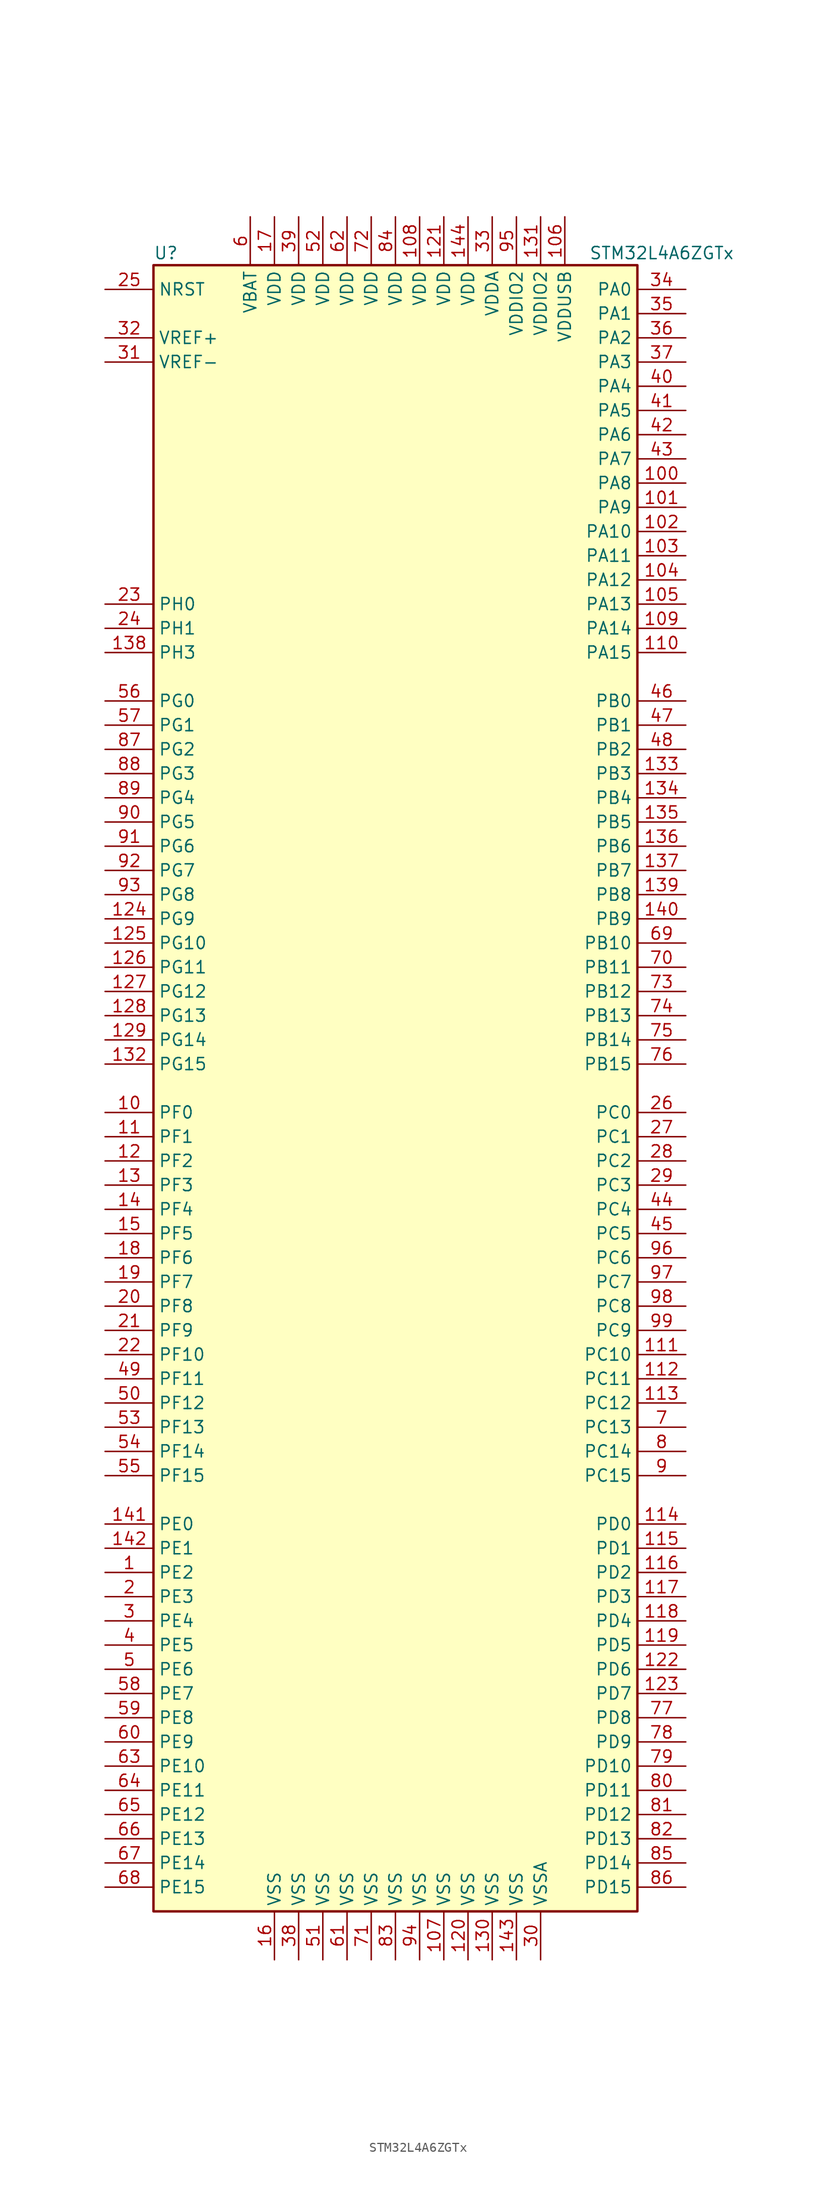
<source format=kicad_sym>
(kicad_symbol_lib
  (version 20220914)
  (generator kicad_symbol_editor)
  (symbol "STM32L4A6ZGTx"
    (property "Reference" "U"
      (at -25.4 87.63 0)
      (effects (font (size 1.27 1.27)) (justify left)))
    (property "Value" "STM32L4A6ZGTx"
      (at 20.32 87.63 0)
      (effects (font (size 1.27 1.27)) (justify left)))
    (symbol "STM32L4A6ZGTx_0_1"
      (rectangle (start -25.4 -86.36) (end 25.4 86.36) (stroke (width 0.254) (type default)) (fill (type background))))
    (symbol "STM32L4A6ZGTx_1_1"
      (pin bidirectional line (at -30.48 -50.8 0) (length 5.08) (name "PE2" (effects (font (size 1.27 1.27)))) (number "1" (effects (font (size 1.27 1.27)))))
      (pin bidirectional line (at -30.48 -2.54 0) (length 5.08) (name "PF0" (effects (font (size 1.27 1.27)))) (number "10" (effects (font (size 1.27 1.27)))))
      (pin bidirectional line (at 30.48 63.5 180) (length 5.08) (name "PA8" (effects (font (size 1.27 1.27)))) (number "100" (effects (font (size 1.27 1.27)))))
      (pin bidirectional line (at 30.48 60.96 180) (length 5.08) (name "PA9" (effects (font (size 1.27 1.27)))) (number "101" (effects (font (size 1.27 1.27)))))
      (pin bidirectional line (at 30.48 58.42 180) (length 5.08) (name "PA10" (effects (font (size 1.27 1.27)))) (number "102" (effects (font (size 1.27 1.27)))))
      (pin bidirectional line (at 30.48 55.88 180) (length 5.08) (name "PA11" (effects (font (size 1.27 1.27)))) (number "103" (effects (font (size 1.27 1.27)))))
      (pin bidirectional line (at 30.48 53.34 180) (length 5.08) (name "PA12" (effects (font (size 1.27 1.27)))) (number "104" (effects (font (size 1.27 1.27)))))
      (pin bidirectional line (at 30.48 50.8 180) (length 5.08) (name "PA13" (effects (font (size 1.27 1.27)))) (number "105" (effects (font (size 1.27 1.27)))))
      (pin power_in line (at 17.78 91.44 270) (length 5.08) (name "VDDUSB" (effects (font (size 1.27 1.27)))) (number "106" (effects (font (size 1.27 1.27)))))
      (pin power_in line (at 5.08 -91.44 90) (length 5.08) (name "VSS" (effects (font (size 1.27 1.27)))) (number "107" (effects (font (size 1.27 1.27)))))
      (pin power_in line (at 2.54 91.44 270) (length 5.08) (name "VDD" (effects (font (size 1.27 1.27)))) (number "108" (effects (font (size 1.27 1.27)))))
      (pin bidirectional line (at 30.48 48.26 180) (length 5.08) (name "PA14" (effects (font (size 1.27 1.27)))) (number "109" (effects (font (size 1.27 1.27)))))
      (pin bidirectional line (at -30.48 -5.08 0) (length 5.08) (name "PF1" (effects (font (size 1.27 1.27)))) (number "11" (effects (font (size 1.27 1.27)))))
      (pin bidirectional line (at 30.48 45.72 180) (length 5.08) (name "PA15" (effects (font (size 1.27 1.27)))) (number "110" (effects (font (size 1.27 1.27)))))
      (pin bidirectional line (at 30.48 -27.94 180) (length 5.08) (name "PC10" (effects (font (size 1.27 1.27)))) (number "111" (effects (font (size 1.27 1.27)))))
      (pin bidirectional line (at 30.48 -30.48 180) (length 5.08) (name "PC11" (effects (font (size 1.27 1.27)))) (number "112" (effects (font (size 1.27 1.27)))))
      (pin bidirectional line (at 30.48 -33.02 180) (length 5.08) (name "PC12" (effects (font (size 1.27 1.27)))) (number "113" (effects (font (size 1.27 1.27)))))
      (pin bidirectional line (at 30.48 -45.72 180) (length 5.08) (name "PD0" (effects (font (size 1.27 1.27)))) (number "114" (effects (font (size 1.27 1.27)))))
      (pin bidirectional line (at 30.48 -48.26 180) (length 5.08) (name "PD1" (effects (font (size 1.27 1.27)))) (number "115" (effects (font (size 1.27 1.27)))))
      (pin bidirectional line (at 30.48 -50.8 180) (length 5.08) (name "PD2" (effects (font (size 1.27 1.27)))) (number "116" (effects (font (size 1.27 1.27)))))
      (pin bidirectional line (at 30.48 -53.34 180) (length 5.08) (name "PD3" (effects (font (size 1.27 1.27)))) (number "117" (effects (font (size 1.27 1.27)))))
      (pin bidirectional line (at 30.48 -55.88 180) (length 5.08) (name "PD4" (effects (font (size 1.27 1.27)))) (number "118" (effects (font (size 1.27 1.27)))))
      (pin bidirectional line (at 30.48 -58.42 180) (length 5.08) (name "PD5" (effects (font (size 1.27 1.27)))) (number "119" (effects (font (size 1.27 1.27)))))
      (pin bidirectional line (at -30.48 -7.62 0) (length 5.08) (name "PF2" (effects (font (size 1.27 1.27)))) (number "12" (effects (font (size 1.27 1.27)))))
      (pin power_in line (at 7.62 -91.44 90) (length 5.08) (name "VSS" (effects (font (size 1.27 1.27)))) (number "120" (effects (font (size 1.27 1.27)))))
      (pin power_in line (at 5.08 91.44 270) (length 5.08) (name "VDD" (effects (font (size 1.27 1.27)))) (number "121" (effects (font (size 1.27 1.27)))))
      (pin bidirectional line (at 30.48 -60.96 180) (length 5.08) (name "PD6" (effects (font (size 1.27 1.27)))) (number "122" (effects (font (size 1.27 1.27)))))
      (pin bidirectional line (at 30.48 -63.5 180) (length 5.08) (name "PD7" (effects (font (size 1.27 1.27)))) (number "123" (effects (font (size 1.27 1.27)))))
      (pin bidirectional line (at -30.48 17.78 0) (length 5.08) (name "PG9" (effects (font (size 1.27 1.27)))) (number "124" (effects (font (size 1.27 1.27)))))
      (pin bidirectional line (at -30.48 15.24 0) (length 5.08) (name "PG10" (effects (font (size 1.27 1.27)))) (number "125" (effects (font (size 1.27 1.27)))))
      (pin bidirectional line (at -30.48 12.7 0) (length 5.08) (name "PG11" (effects (font (size 1.27 1.27)))) (number "126" (effects (font (size 1.27 1.27)))))
      (pin bidirectional line (at -30.48 10.16 0) (length 5.08) (name "PG12" (effects (font (size 1.27 1.27)))) (number "127" (effects (font (size 1.27 1.27)))))
      (pin bidirectional line (at -30.48 7.62 0) (length 5.08) (name "PG13" (effects (font (size 1.27 1.27)))) (number "128" (effects (font (size 1.27 1.27)))))
      (pin bidirectional line (at -30.48 5.08 0) (length 5.08) (name "PG14" (effects (font (size 1.27 1.27)))) (number "129" (effects (font (size 1.27 1.27)))))
      (pin bidirectional line (at -30.48 -10.16 0) (length 5.08) (name "PF3" (effects (font (size 1.27 1.27)))) (number "13" (effects (font (size 1.27 1.27)))))
      (pin power_in line (at 10.16 -91.44 90) (length 5.08) (name "VSS" (effects (font (size 1.27 1.27)))) (number "130" (effects (font (size 1.27 1.27)))))
      (pin power_in line (at 15.24 91.44 270) (length 5.08) (name "VDDIO2" (effects (font (size 1.27 1.27)))) (number "131" (effects (font (size 1.27 1.27)))))
      (pin bidirectional line (at -30.48 2.54 0) (length 5.08) (name "PG15" (effects (font (size 1.27 1.27)))) (number "132" (effects (font (size 1.27 1.27)))))
      (pin bidirectional line (at 30.48 33.02 180) (length 5.08) (name "PB3" (effects (font (size 1.27 1.27)))) (number "133" (effects (font (size 1.27 1.27)))))
      (pin bidirectional line (at 30.48 30.48 180) (length 5.08) (name "PB4" (effects (font (size 1.27 1.27)))) (number "134" (effects (font (size 1.27 1.27)))))
      (pin bidirectional line (at 30.48 27.94 180) (length 5.08) (name "PB5" (effects (font (size 1.27 1.27)))) (number "135" (effects (font (size 1.27 1.27)))))
      (pin bidirectional line (at 30.48 25.4 180) (length 5.08) (name "PB6" (effects (font (size 1.27 1.27)))) (number "136" (effects (font (size 1.27 1.27)))))
      (pin bidirectional line (at 30.48 22.86 180) (length 5.08) (name "PB7" (effects (font (size 1.27 1.27)))) (number "137" (effects (font (size 1.27 1.27)))))
      (pin bidirectional line (at -30.48 45.72 0) (length 5.08) (name "PH3" (effects (font (size 1.27 1.27)))) (number "138" (effects (font (size 1.27 1.27)))))
      (pin bidirectional line (at 30.48 20.32 180) (length 5.08) (name "PB8" (effects (font (size 1.27 1.27)))) (number "139" (effects (font (size 1.27 1.27)))))
      (pin bidirectional line (at -30.48 -12.7 0) (length 5.08) (name "PF4" (effects (font (size 1.27 1.27)))) (number "14" (effects (font (size 1.27 1.27)))))
      (pin bidirectional line (at 30.48 17.78 180) (length 5.08) (name "PB9" (effects (font (size 1.27 1.27)))) (number "140" (effects (font (size 1.27 1.27)))))
      (pin bidirectional line (at -30.48 -45.72 0) (length 5.08) (name "PE0" (effects (font (size 1.27 1.27)))) (number "141" (effects (font (size 1.27 1.27)))))
      (pin bidirectional line (at -30.48 -48.26 0) (length 5.08) (name "PE1" (effects (font (size 1.27 1.27)))) (number "142" (effects (font (size 1.27 1.27)))))
      (pin power_in line (at 12.7 -91.44 90) (length 5.08) (name "VSS" (effects (font (size 1.27 1.27)))) (number "143" (effects (font (size 1.27 1.27)))))
      (pin power_in line (at 7.62 91.44 270) (length 5.08) (name "VDD" (effects (font (size 1.27 1.27)))) (number "144" (effects (font (size 1.27 1.27)))))
      (pin bidirectional line (at -30.48 -15.24 0) (length 5.08) (name "PF5" (effects (font (size 1.27 1.27)))) (number "15" (effects (font (size 1.27 1.27)))))
      (pin power_in line (at -12.7 -91.44 90) (length 5.08) (name "VSS" (effects (font (size 1.27 1.27)))) (number "16" (effects (font (size 1.27 1.27)))))
      (pin power_in line (at -12.7 91.44 270) (length 5.08) (name "VDD" (effects (font (size 1.27 1.27)))) (number "17" (effects (font (size 1.27 1.27)))))
      (pin bidirectional line (at -30.48 -17.78 0) (length 5.08) (name "PF6" (effects (font (size 1.27 1.27)))) (number "18" (effects (font (size 1.27 1.27)))))
      (pin bidirectional line (at -30.48 -20.32 0) (length 5.08) (name "PF7" (effects (font (size 1.27 1.27)))) (number "19" (effects (font (size 1.27 1.27)))))
      (pin bidirectional line (at -30.48 -53.34 0) (length 5.08) (name "PE3" (effects (font (size 1.27 1.27)))) (number "2" (effects (font (size 1.27 1.27)))))
      (pin bidirectional line (at -30.48 -22.86 0) (length 5.08) (name "PF8" (effects (font (size 1.27 1.27)))) (number "20" (effects (font (size 1.27 1.27)))))
      (pin bidirectional line (at -30.48 -25.4 0) (length 5.08) (name "PF9" (effects (font (size 1.27 1.27)))) (number "21" (effects (font (size 1.27 1.27)))))
      (pin bidirectional line (at -30.48 -27.94 0) (length 5.08) (name "PF10" (effects (font (size 1.27 1.27)))) (number "22" (effects (font (size 1.27 1.27)))))
      (pin input line (at -30.48 50.8 0) (length 5.08) (name "PH0" (effects (font (size 1.27 1.27)))) (number "23" (effects (font (size 1.27 1.27)))))
      (pin input line (at -30.48 48.26 0) (length 5.08) (name "PH1" (effects (font (size 1.27 1.27)))) (number "24" (effects (font (size 1.27 1.27)))))
      (pin input line (at -30.48 83.82 0) (length 5.08) (name "NRST" (effects (font (size 1.27 1.27)))) (number "25" (effects (font (size 1.27 1.27)))))
      (pin bidirectional line (at 30.48 -2.54 180) (length 5.08) (name "PC0" (effects (font (size 1.27 1.27)))) (number "26" (effects (font (size 1.27 1.27)))))
      (pin bidirectional line (at 30.48 -5.08 180) (length 5.08) (name "PC1" (effects (font (size 1.27 1.27)))) (number "27" (effects (font (size 1.27 1.27)))))
      (pin bidirectional line (at 30.48 -7.62 180) (length 5.08) (name "PC2" (effects (font (size 1.27 1.27)))) (number "28" (effects (font (size 1.27 1.27)))))
      (pin bidirectional line (at 30.48 -10.16 180) (length 5.08) (name "PC3" (effects (font (size 1.27 1.27)))) (number "29" (effects (font (size 1.27 1.27)))))
      (pin bidirectional line (at -30.48 -55.88 0) (length 5.08) (name "PE4" (effects (font (size 1.27 1.27)))) (number "3" (effects (font (size 1.27 1.27)))))
      (pin power_in line (at 15.24 -91.44 90) (length 5.08) (name "VSSA" (effects (font (size 1.27 1.27)))) (number "30" (effects (font (size 1.27 1.27)))))
      (pin power_in line (at -30.48 76.2 0) (length 5.08) (name "VREF-" (effects (font (size 1.27 1.27)))) (number "31" (effects (font (size 1.27 1.27)))))
      (pin bidirectional line (at -30.48 78.74 0) (length 5.08) (name "VREF+" (effects (font (size 1.27 1.27)))) (number "32" (effects (font (size 1.27 1.27)))))
      (pin power_in line (at 10.16 91.44 270) (length 5.08) (name "VDDA" (effects (font (size 1.27 1.27)))) (number "33" (effects (font (size 1.27 1.27)))))
      (pin bidirectional line (at 30.48 83.82 180) (length 5.08) (name "PA0" (effects (font (size 1.27 1.27)))) (number "34" (effects (font (size 1.27 1.27)))))
      (pin bidirectional line (at 30.48 81.28 180) (length 5.08) (name "PA1" (effects (font (size 1.27 1.27)))) (number "35" (effects (font (size 1.27 1.27)))))
      (pin bidirectional line (at 30.48 78.74 180) (length 5.08) (name "PA2" (effects (font (size 1.27 1.27)))) (number "36" (effects (font (size 1.27 1.27)))))
      (pin bidirectional line (at 30.48 76.2 180) (length 5.08) (name "PA3" (effects (font (size 1.27 1.27)))) (number "37" (effects (font (size 1.27 1.27)))))
      (pin power_in line (at -10.16 -91.44 90) (length 5.08) (name "VSS" (effects (font (size 1.27 1.27)))) (number "38" (effects (font (size 1.27 1.27)))))
      (pin power_in line (at -10.16 91.44 270) (length 5.08) (name "VDD" (effects (font (size 1.27 1.27)))) (number "39" (effects (font (size 1.27 1.27)))))
      (pin bidirectional line (at -30.48 -58.42 0) (length 5.08) (name "PE5" (effects (font (size 1.27 1.27)))) (number "4" (effects (font (size 1.27 1.27)))))
      (pin bidirectional line (at 30.48 73.66 180) (length 5.08) (name "PA4" (effects (font (size 1.27 1.27)))) (number "40" (effects (font (size 1.27 1.27)))))
      (pin bidirectional line (at 30.48 71.12 180) (length 5.08) (name "PA5" (effects (font (size 1.27 1.27)))) (number "41" (effects (font (size 1.27 1.27)))))
      (pin bidirectional line (at 30.48 68.58 180) (length 5.08) (name "PA6" (effects (font (size 1.27 1.27)))) (number "42" (effects (font (size 1.27 1.27)))))
      (pin bidirectional line (at 30.48 66.04 180) (length 5.08) (name "PA7" (effects (font (size 1.27 1.27)))) (number "43" (effects (font (size 1.27 1.27)))))
      (pin bidirectional line (at 30.48 -12.7 180) (length 5.08) (name "PC4" (effects (font (size 1.27 1.27)))) (number "44" (effects (font (size 1.27 1.27)))))
      (pin bidirectional line (at 30.48 -15.24 180) (length 5.08) (name "PC5" (effects (font (size 1.27 1.27)))) (number "45" (effects (font (size 1.27 1.27)))))
      (pin bidirectional line (at 30.48 40.64 180) (length 5.08) (name "PB0" (effects (font (size 1.27 1.27)))) (number "46" (effects (font (size 1.27 1.27)))))
      (pin bidirectional line (at 30.48 38.1 180) (length 5.08) (name "PB1" (effects (font (size 1.27 1.27)))) (number "47" (effects (font (size 1.27 1.27)))))
      (pin bidirectional line (at 30.48 35.56 180) (length 5.08) (name "PB2" (effects (font (size 1.27 1.27)))) (number "48" (effects (font (size 1.27 1.27)))))
      (pin bidirectional line (at -30.48 -30.48 0) (length 5.08) (name "PF11" (effects (font (size 1.27 1.27)))) (number "49" (effects (font (size 1.27 1.27)))))
      (pin bidirectional line (at -30.48 -60.96 0) (length 5.08) (name "PE6" (effects (font (size 1.27 1.27)))) (number "5" (effects (font (size 1.27 1.27)))))
      (pin bidirectional line (at -30.48 -33.02 0) (length 5.08) (name "PF12" (effects (font (size 1.27 1.27)))) (number "50" (effects (font (size 1.27 1.27)))))
      (pin power_in line (at -7.62 -91.44 90) (length 5.08) (name "VSS" (effects (font (size 1.27 1.27)))) (number "51" (effects (font (size 1.27 1.27)))))
      (pin power_in line (at -7.62 91.44 270) (length 5.08) (name "VDD" (effects (font (size 1.27 1.27)))) (number "52" (effects (font (size 1.27 1.27)))))
      (pin bidirectional line (at -30.48 -35.56 0) (length 5.08) (name "PF13" (effects (font (size 1.27 1.27)))) (number "53" (effects (font (size 1.27 1.27)))))
      (pin bidirectional line (at -30.48 -38.1 0) (length 5.08) (name "PF14" (effects (font (size 1.27 1.27)))) (number "54" (effects (font (size 1.27 1.27)))))
      (pin bidirectional line (at -30.48 -40.64 0) (length 5.08) (name "PF15" (effects (font (size 1.27 1.27)))) (number "55" (effects (font (size 1.27 1.27)))))
      (pin bidirectional line (at -30.48 40.64 0) (length 5.08) (name "PG0" (effects (font (size 1.27 1.27)))) (number "56" (effects (font (size 1.27 1.27)))))
      (pin bidirectional line (at -30.48 38.1 0) (length 5.08) (name "PG1" (effects (font (size 1.27 1.27)))) (number "57" (effects (font (size 1.27 1.27)))))
      (pin bidirectional line (at -30.48 -63.5 0) (length 5.08) (name "PE7" (effects (font (size 1.27 1.27)))) (number "58" (effects (font (size 1.27 1.27)))))
      (pin bidirectional line (at -30.48 -66.04 0) (length 5.08) (name "PE8" (effects (font (size 1.27 1.27)))) (number "59" (effects (font (size 1.27 1.27)))))
      (pin power_in line (at -15.24 91.44 270) (length 5.08) (name "VBAT" (effects (font (size 1.27 1.27)))) (number "6" (effects (font (size 1.27 1.27)))))
      (pin bidirectional line (at -30.48 -68.58 0) (length 5.08) (name "PE9" (effects (font (size 1.27 1.27)))) (number "60" (effects (font (size 1.27 1.27)))))
      (pin power_in line (at -5.08 -91.44 90) (length 5.08) (name "VSS" (effects (font (size 1.27 1.27)))) (number "61" (effects (font (size 1.27 1.27)))))
      (pin power_in line (at -5.08 91.44 270) (length 5.08) (name "VDD" (effects (font (size 1.27 1.27)))) (number "62" (effects (font (size 1.27 1.27)))))
      (pin bidirectional line (at -30.48 -71.12 0) (length 5.08) (name "PE10" (effects (font (size 1.27 1.27)))) (number "63" (effects (font (size 1.27 1.27)))))
      (pin bidirectional line (at -30.48 -73.66 0) (length 5.08) (name "PE11" (effects (font (size 1.27 1.27)))) (number "64" (effects (font (size 1.27 1.27)))))
      (pin bidirectional line (at -30.48 -76.2 0) (length 5.08) (name "PE12" (effects (font (size 1.27 1.27)))) (number "65" (effects (font (size 1.27 1.27)))))
      (pin bidirectional line (at -30.48 -78.74 0) (length 5.08) (name "PE13" (effects (font (size 1.27 1.27)))) (number "66" (effects (font (size 1.27 1.27)))))
      (pin bidirectional line (at -30.48 -81.28 0) (length 5.08) (name "PE14" (effects (font (size 1.27 1.27)))) (number "67" (effects (font (size 1.27 1.27)))))
      (pin bidirectional line (at -30.48 -83.82 0) (length 5.08) (name "PE15" (effects (font (size 1.27 1.27)))) (number "68" (effects (font (size 1.27 1.27)))))
      (pin bidirectional line (at 30.48 15.24 180) (length 5.08) (name "PB10" (effects (font (size 1.27 1.27)))) (number "69" (effects (font (size 1.27 1.27)))))
      (pin bidirectional line (at 30.48 -35.56 180) (length 5.08) (name "PC13" (effects (font (size 1.27 1.27)))) (number "7" (effects (font (size 1.27 1.27)))))
      (pin bidirectional line (at 30.48 12.7 180) (length 5.08) (name "PB11" (effects (font (size 1.27 1.27)))) (number "70" (effects (font (size 1.27 1.27)))))
      (pin power_in line (at -2.54 -91.44 90) (length 5.08) (name "VSS" (effects (font (size 1.27 1.27)))) (number "71" (effects (font (size 1.27 1.27)))))
      (pin power_in line (at -2.54 91.44 270) (length 5.08) (name "VDD" (effects (font (size 1.27 1.27)))) (number "72" (effects (font (size 1.27 1.27)))))
      (pin bidirectional line (at 30.48 10.16 180) (length 5.08) (name "PB12" (effects (font (size 1.27 1.27)))) (number "73" (effects (font (size 1.27 1.27)))))
      (pin bidirectional line (at 30.48 7.62 180) (length 5.08) (name "PB13" (effects (font (size 1.27 1.27)))) (number "74" (effects (font (size 1.27 1.27)))))
      (pin bidirectional line (at 30.48 5.08 180) (length 5.08) (name "PB14" (effects (font (size 1.27 1.27)))) (number "75" (effects (font (size 1.27 1.27)))))
      (pin bidirectional line (at 30.48 2.54 180) (length 5.08) (name "PB15" (effects (font (size 1.27 1.27)))) (number "76" (effects (font (size 1.27 1.27)))))
      (pin bidirectional line (at 30.48 -66.04 180) (length 5.08) (name "PD8" (effects (font (size 1.27 1.27)))) (number "77" (effects (font (size 1.27 1.27)))))
      (pin bidirectional line (at 30.48 -68.58 180) (length 5.08) (name "PD9" (effects (font (size 1.27 1.27)))) (number "78" (effects (font (size 1.27 1.27)))))
      (pin bidirectional line (at 30.48 -71.12 180) (length 5.08) (name "PD10" (effects (font (size 1.27 1.27)))) (number "79" (effects (font (size 1.27 1.27)))))
      (pin bidirectional line (at 30.48 -38.1 180) (length 5.08) (name "PC14" (effects (font (size 1.27 1.27)))) (number "8" (effects (font (size 1.27 1.27)))))
      (pin bidirectional line (at 30.48 -73.66 180) (length 5.08) (name "PD11" (effects (font (size 1.27 1.27)))) (number "80" (effects (font (size 1.27 1.27)))))
      (pin bidirectional line (at 30.48 -76.2 180) (length 5.08) (name "PD12" (effects (font (size 1.27 1.27)))) (number "81" (effects (font (size 1.27 1.27)))))
      (pin bidirectional line (at 30.48 -78.74 180) (length 5.08) (name "PD13" (effects (font (size 1.27 1.27)))) (number "82" (effects (font (size 1.27 1.27)))))
      (pin power_in line (at 0 -91.44 90) (length 5.08) (name "VSS" (effects (font (size 1.27 1.27)))) (number "83" (effects (font (size 1.27 1.27)))))
      (pin power_in line (at 0 91.44 270) (length 5.08) (name "VDD" (effects (font (size 1.27 1.27)))) (number "84" (effects (font (size 1.27 1.27)))))
      (pin bidirectional line (at 30.48 -81.28 180) (length 5.08) (name "PD14" (effects (font (size 1.27 1.27)))) (number "85" (effects (font (size 1.27 1.27)))))
      (pin bidirectional line (at 30.48 -83.82 180) (length 5.08) (name "PD15" (effects (font (size 1.27 1.27)))) (number "86" (effects (font (size 1.27 1.27)))))
      (pin bidirectional line (at -30.48 35.56 0) (length 5.08) (name "PG2" (effects (font (size 1.27 1.27)))) (number "87" (effects (font (size 1.27 1.27)))))
      (pin bidirectional line (at -30.48 33.02 0) (length 5.08) (name "PG3" (effects (font (size 1.27 1.27)))) (number "88" (effects (font (size 1.27 1.27)))))
      (pin bidirectional line (at -30.48 30.48 0) (length 5.08) (name "PG4" (effects (font (size 1.27 1.27)))) (number "89" (effects (font (size 1.27 1.27)))))
      (pin bidirectional line (at 30.48 -40.64 180) (length 5.08) (name "PC15" (effects (font (size 1.27 1.27)))) (number "9" (effects (font (size 1.27 1.27)))))
      (pin bidirectional line (at -30.48 27.94 0) (length 5.08) (name "PG5" (effects (font (size 1.27 1.27)))) (number "90" (effects (font (size 1.27 1.27)))))
      (pin bidirectional line (at -30.48 25.4 0) (length 5.08) (name "PG6" (effects (font (size 1.27 1.27)))) (number "91" (effects (font (size 1.27 1.27)))))
      (pin bidirectional line (at -30.48 22.86 0) (length 5.08) (name "PG7" (effects (font (size 1.27 1.27)))) (number "92" (effects (font (size 1.27 1.27)))))
      (pin bidirectional line (at -30.48 20.32 0) (length 5.08) (name "PG8" (effects (font (size 1.27 1.27)))) (number "93" (effects (font (size 1.27 1.27)))))
      (pin power_in line (at 2.54 -91.44 90) (length 5.08) (name "VSS" (effects (font (size 1.27 1.27)))) (number "94" (effects (font (size 1.27 1.27)))))
      (pin power_in line (at 12.7 91.44 270) (length 5.08) (name "VDDIO2" (effects (font (size 1.27 1.27)))) (number "95" (effects (font (size 1.27 1.27)))))
      (pin bidirectional line (at 30.48 -17.78 180) (length 5.08) (name "PC6" (effects (font (size 1.27 1.27)))) (number "96" (effects (font (size 1.27 1.27)))))
      (pin bidirectional line (at 30.48 -20.32 180) (length 5.08) (name "PC7" (effects (font (size 1.27 1.27)))) (number "97" (effects (font (size 1.27 1.27)))))
      (pin bidirectional line (at 30.48 -22.86 180) (length 5.08) (name "PC8" (effects (font (size 1.27 1.27)))) (number "98" (effects (font (size 1.27 1.27)))))
      (pin bidirectional line (at 30.48 -25.4 180) (length 5.08) (name "PC9" (effects (font (size 1.27 1.27)))) (number "99" (effects (font (size 1.27 1.27))))))))
</source>
